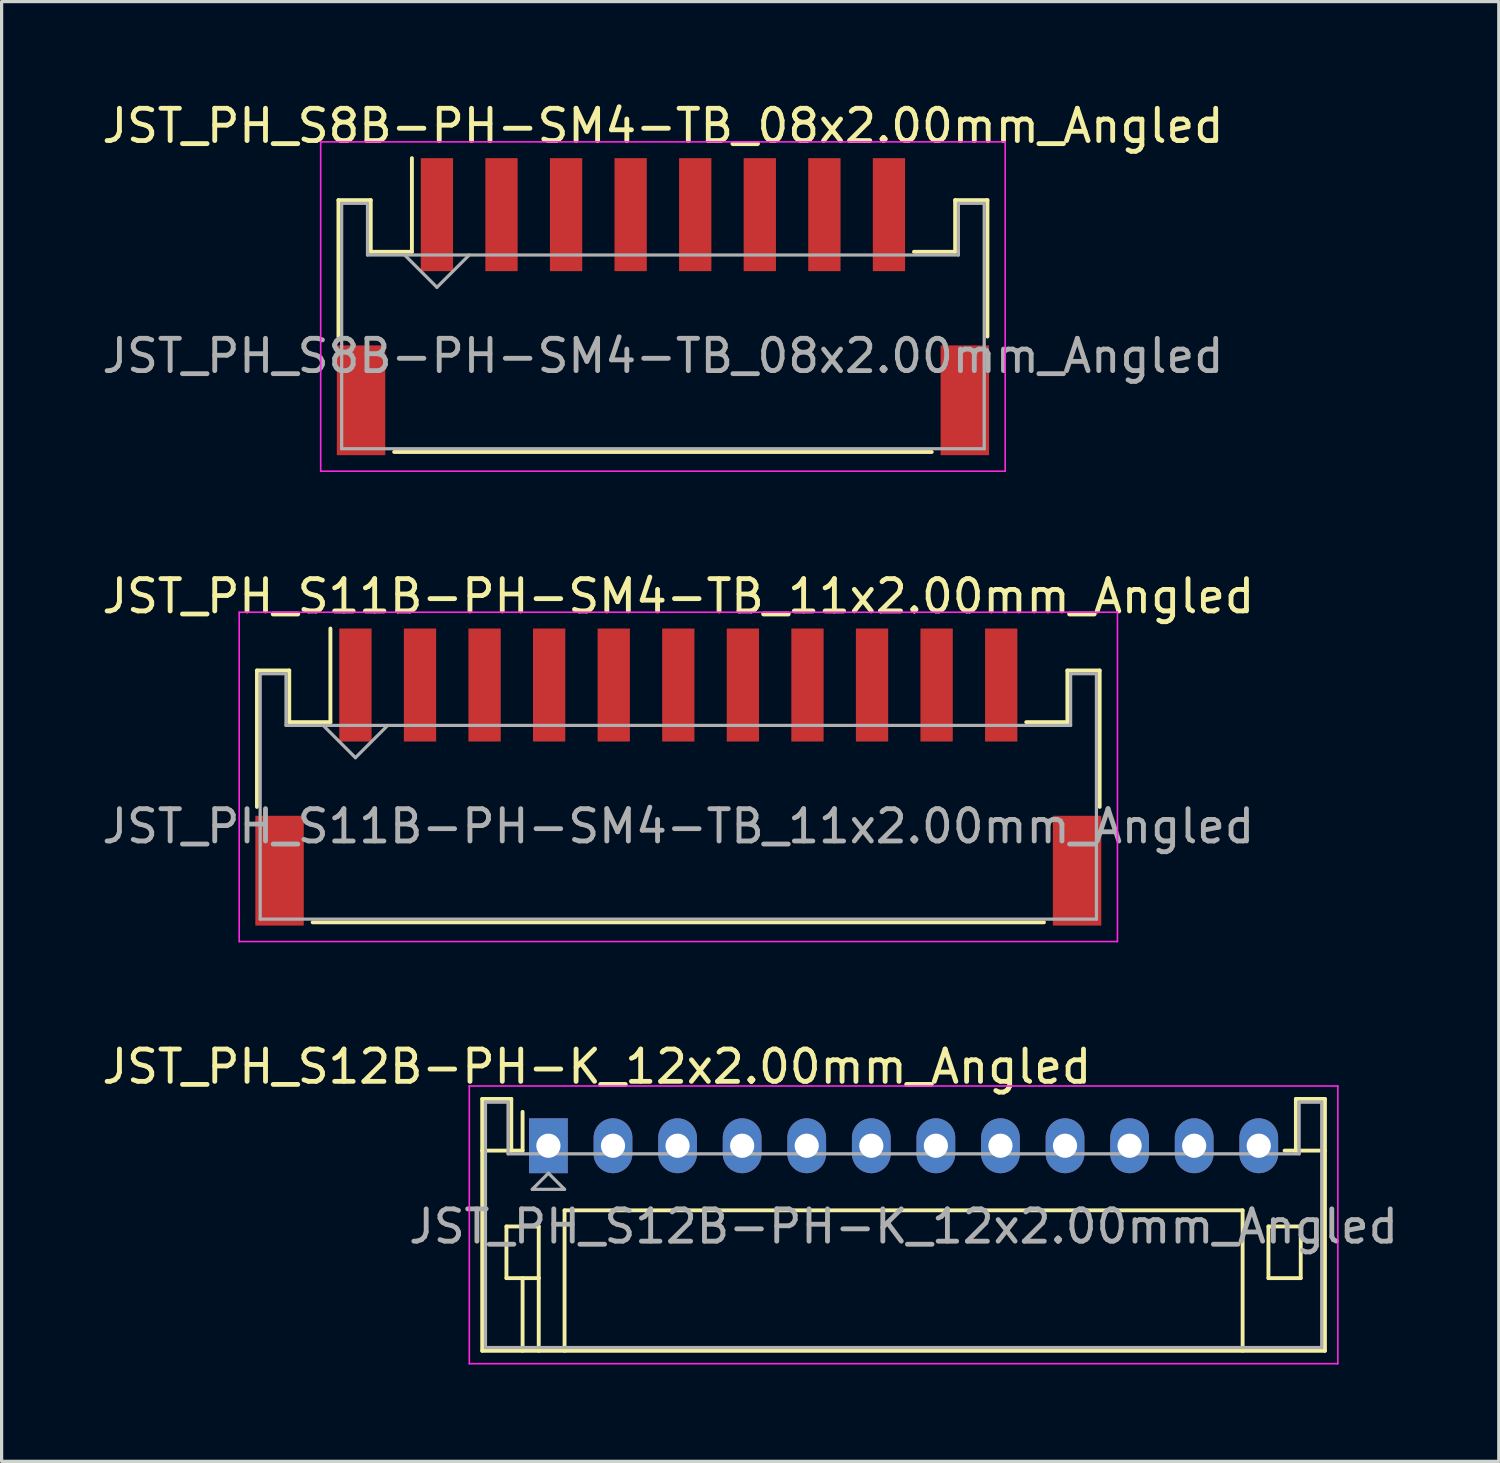
<source format=kicad_pcb>
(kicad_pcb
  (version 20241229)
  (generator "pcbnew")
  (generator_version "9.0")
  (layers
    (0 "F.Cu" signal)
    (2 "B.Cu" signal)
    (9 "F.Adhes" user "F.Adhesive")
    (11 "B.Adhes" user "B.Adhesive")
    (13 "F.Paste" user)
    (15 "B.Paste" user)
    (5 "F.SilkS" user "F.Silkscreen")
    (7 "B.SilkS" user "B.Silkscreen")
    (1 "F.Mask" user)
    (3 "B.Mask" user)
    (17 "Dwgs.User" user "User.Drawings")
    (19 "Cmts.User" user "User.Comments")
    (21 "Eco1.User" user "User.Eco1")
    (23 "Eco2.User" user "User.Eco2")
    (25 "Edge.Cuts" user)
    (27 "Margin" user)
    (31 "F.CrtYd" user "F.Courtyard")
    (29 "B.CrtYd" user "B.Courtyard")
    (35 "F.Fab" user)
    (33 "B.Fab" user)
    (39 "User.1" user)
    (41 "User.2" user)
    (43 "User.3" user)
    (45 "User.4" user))
  (footprint "JST_PH_S12B-PH-K_12x2.00mm_Angled"
    (layer "F.Cu")
    (at 13.935 32.435)
    (property "Reference" "JST_PH_S12B-PH-K_12x2.00mm_Angled" (at 1.5 -2.45 0) (layer "F.SilkS") (effects (font (size 1 1) (thickness 0.15))))
    (attr through_hole)
    (fp_line (start -2.05 -1.45) (end -2.05 6.35) (stroke (width 0.12) (type solid)) (layer "F.SilkS"))
    (fp_line (start -2.05 0.15) (end -1.15 0.15) (stroke (width 0.12) (type solid)) (layer "F.SilkS"))
    (fp_line (start -2.05 6.35) (end 24.05 6.35) (stroke (width 0.12) (type solid)) (layer "F.SilkS"))
    (fp_line (start -1.3 2.5) (end -1.3 4.1) (stroke (width 0.12) (type solid)) (layer "F.SilkS"))
    (fp_line (start -1.3 4.1) (end -0.3 4.1) (stroke (width 0.12) (type solid)) (layer "F.SilkS"))
    (fp_line (start -1.15 -1.45) (end -2.05 -1.45) (stroke (width 0.12) (type solid)) (layer "F.SilkS"))
    (fp_line (start -1.15 0.15) (end -1.15 -1.45) (stroke (width 0.12) (type solid)) (layer "F.SilkS"))
    (fp_line (start -0.8 0.15) (end -1.15 0.15) (stroke (width 0.12) (type solid)) (layer "F.SilkS"))
    (fp_line (start -0.8 0.15) (end -0.8 -1.05) (stroke (width 0.12) (type solid)) (layer "F.SilkS"))
    (fp_line (start -0.8 4.1) (end -0.8 6.35) (stroke (width 0.12) (type solid)) (layer "F.SilkS"))
    (fp_line (start -0.3 2.5) (end -1.3 2.5) (stroke (width 0.12) (type solid)) (layer "F.SilkS"))
    (fp_line (start -0.3 4.1) (end -0.3 2.5) (stroke (width 0.12) (type solid)) (layer "F.SilkS"))
    (fp_line (start -0.3 4.1) (end -0.3 6.35) (stroke (width 0.12) (type solid)) (layer "F.SilkS"))
    (fp_line (start 0.5 2) (end 21.5 2) (stroke (width 0.12) (type solid)) (layer "F.SilkS"))
    (fp_line (start 0.5 6.35) (end 0.5 2) (stroke (width 0.12) (type solid)) (layer "F.SilkS"))
    (fp_line (start 21.5 2) (end 21.5 6.35) (stroke (width 0.12) (type solid)) (layer "F.SilkS"))
    (fp_line (start 22.3 2.5) (end 23.3 2.5) (stroke (width 0.12) (type solid)) (layer "F.SilkS"))
    (fp_line (start 22.3 4.1) (end 22.3 2.5) (stroke (width 0.12) (type solid)) (layer "F.SilkS"))
    (fp_line (start 23.15 -1.45) (end 23.15 0.15) (stroke (width 0.12) (type solid)) (layer "F.SilkS"))
    (fp_line (start 23.15 0.15) (end 22.8 0.15) (stroke (width 0.12) (type solid)) (layer "F.SilkS"))
    (fp_line (start 23.3 2.5) (end 23.3 4.1) (stroke (width 0.12) (type solid)) (layer "F.SilkS"))
    (fp_line (start 23.3 4.1) (end 22.3 4.1) (stroke (width 0.12) (type solid)) (layer "F.SilkS"))
    (fp_line (start 24.05 -1.45) (end 23.15 -1.45) (stroke (width 0.12) (type solid)) (layer "F.SilkS"))
    (fp_line (start 24.05 0.15) (end 23.15 0.15) (stroke (width 0.12) (type solid)) (layer "F.SilkS"))
    (fp_line (start 24.05 6.35) (end 24.05 -1.45) (stroke (width 0.12) (type solid)) (layer "F.SilkS"))
    (fp_line (start -2.45 -1.85) (end -2.45 6.75) (stroke (width 0.05) (type solid)) (layer "F.CrtYd"))
    (fp_line (start -2.45 6.75) (end 24.45 6.75) (stroke (width 0.05) (type solid)) (layer "F.CrtYd"))
    (fp_line (start 24.45 -1.85) (end -2.45 -1.85) (stroke (width 0.05) (type solid)) (layer "F.CrtYd"))
    (fp_line (start 24.45 6.75) (end 24.45 -1.85) (stroke (width 0.05) (type solid)) (layer "F.CrtYd"))
    (fp_line (start -1.95 -1.35) (end -1.95 6.25) (stroke (width 0.1) (type solid)) (layer "F.Fab"))
    (fp_line (start -1.95 6.25) (end 23.95 6.25) (stroke (width 0.1) (type solid)) (layer "F.Fab"))
    (fp_line (start -1.25 -1.35) (end -1.95 -1.35) (stroke (width 0.1) (type solid)) (layer "F.Fab"))
    (fp_line (start -1.25 0.25) (end -1.25 -1.35) (stroke (width 0.1) (type solid)) (layer "F.Fab"))
    (fp_line (start -0.5 1.35) (end 0.5 1.35) (stroke (width 0.1) (type solid)) (layer "F.Fab"))
    (fp_line (start 0 0.85) (end -0.5 1.35) (stroke (width 0.1) (type solid)) (layer "F.Fab"))
    (fp_line (start 0.5 1.35) (end 0 0.85) (stroke (width 0.1) (type solid)) (layer "F.Fab"))
    (fp_line (start 23.25 -1.35) (end 23.25 0.25) (stroke (width 0.1) (type solid)) (layer "F.Fab"))
    (fp_line (start 23.25 0.25) (end -1.25 0.25) (stroke (width 0.1) (type solid)) (layer "F.Fab"))
    (fp_line (start 23.95 -1.35) (end 23.25 -1.35) (stroke (width 0.1) (type solid)) (layer "F.Fab"))
    (fp_line (start 23.95 6.25) (end 23.95 -1.35) (stroke (width 0.1) (type solid)) (layer "F.Fab"))
    (fp_text user "${REFERENCE}" (at 11 2.5 0) (layer "F.Fab") (effects (font (size 1 1) (thickness 0.15))))
    (pad "1" thru_hole rect (at 0 0) (size 1.2 1.7) (drill 0.75) (layers "*.Cu" "*.Mask"))
    (pad "2" thru_hole oval (at 2 0) (size 1.2 1.7) (drill 0.75) (layers "*.Cu" "*.Mask"))
    (pad "3" thru_hole oval (at 4 0) (size 1.2 1.7) (drill 0.75) (layers "*.Cu" "*.Mask"))
    (pad "4" thru_hole oval (at 6 0) (size 1.2 1.7) (drill 0.75) (layers "*.Cu" "*.Mask"))
    (pad "5" thru_hole oval (at 8 0) (size 1.2 1.7) (drill 0.75) (layers "*.Cu" "*.Mask"))
    (pad "6" thru_hole oval (at 10 0) (size 1.2 1.7) (drill 0.75) (layers "*.Cu" "*.Mask"))
    (pad "7" thru_hole oval (at 12 0) (size 1.2 1.7) (drill 0.75) (layers "*.Cu" "*.Mask"))
    (pad "8" thru_hole oval (at 14 0) (size 1.2 1.7) (drill 0.75) (layers "*.Cu" "*.Mask"))
    (pad "9" thru_hole oval (at 16 0) (size 1.2 1.7) (drill 0.75) (layers "*.Cu" "*.Mask"))
    (pad "10" thru_hole oval (at 18 0) (size 1.2 1.7) (drill 0.75) (layers "*.Cu" "*.Mask"))
    (pad "11" thru_hole oval (at 20 0) (size 1.2 1.7) (drill 0.75) (layers "*.Cu" "*.Mask"))
    (pad "12" thru_hole oval (at 22 0) (size 1.2 1.7) (drill 0.75) (layers "*.Cu" "*.Mask")))
  (footprint "JST_PH_S8B-PH-SM4-TB_08x2.00mm_Angled"
    (layer "F.Cu")
    (at 17.482 6.473)
    (property "Reference" "JST_PH_S8B-PH-SM4-TB_08x2.00mm_Angled" (at 0 -5.625 0) (layer "F.SilkS") (effects (font (size 1 1) (thickness 0.15))))
    (attr smd)
    (fp_line (start -10.05 -3.325) (end -10.05 0.9) (stroke (width 0.12) (type solid)) (layer "F.SilkS"))
    (fp_line (start -9.05 -3.325) (end -10.05 -3.325) (stroke (width 0.12) (type solid)) (layer "F.SilkS"))
    (fp_line (start -9.05 -1.725) (end -9.05 -3.325) (stroke (width 0.12) (type solid)) (layer "F.SilkS"))
    (fp_line (start -8.325 4.475) (end 8.325 4.475) (stroke (width 0.12) (type solid)) (layer "F.SilkS"))
    (fp_line (start -7.775 -1.725) (end -9.05 -1.725) (stroke (width 0.12) (type solid)) (layer "F.SilkS"))
    (fp_line (start -7.775 -1.725) (end -7.775 -4.625) (stroke (width 0.12) (type solid)) (layer "F.SilkS"))
    (fp_line (start 9.05 -3.325) (end 9.05 -1.725) (stroke (width 0.12) (type solid)) (layer "F.SilkS"))
    (fp_line (start 9.05 -1.725) (end 7.775 -1.725) (stroke (width 0.12) (type solid)) (layer "F.SilkS"))
    (fp_line (start 10.05 -3.325) (end 9.05 -3.325) (stroke (width 0.12) (type solid)) (layer "F.SilkS"))
    (fp_line (start 10.05 0.9) (end 10.05 -3.325) (stroke (width 0.12) (type solid)) (layer "F.SilkS"))
    (fp_line (start -10.6 -5.13) (end -10.6 5.07) (stroke (width 0.05) (type solid)) (layer "F.CrtYd"))
    (fp_line (start -10.6 5.07) (end 10.6 5.07) (stroke (width 0.05) (type solid)) (layer "F.CrtYd"))
    (fp_line (start 10.6 -5.13) (end -10.6 -5.13) (stroke (width 0.05) (type solid)) (layer "F.CrtYd"))
    (fp_line (start 10.6 5.07) (end 10.6 -5.13) (stroke (width 0.05) (type solid)) (layer "F.CrtYd"))
    (fp_line (start -9.95 -3.225) (end -9.95 4.375) (stroke (width 0.1) (type solid)) (layer "F.Fab"))
    (fp_line (start -9.95 4.375) (end 9.95 4.375) (stroke (width 0.1) (type solid)) (layer "F.Fab"))
    (fp_line (start -9.15 -3.225) (end -9.95 -3.225) (stroke (width 0.1) (type solid)) (layer "F.Fab"))
    (fp_line (start -9.15 -1.625) (end -9.15 -3.225) (stroke (width 0.1) (type solid)) (layer "F.Fab"))
    (fp_line (start -8 -1.625) (end -7 -0.625) (stroke (width 0.1) (type solid)) (layer "F.Fab"))
    (fp_line (start -7 -0.625) (end -6 -1.625) (stroke (width 0.1) (type solid)) (layer "F.Fab"))
    (fp_line (start 9.15 -3.225) (end 9.15 -1.625) (stroke (width 0.1) (type solid)) (layer "F.Fab"))
    (fp_line (start 9.15 -1.625) (end -9.15 -1.625) (stroke (width 0.1) (type solid)) (layer "F.Fab"))
    (fp_line (start 9.95 -3.225) (end 9.15 -3.225) (stroke (width 0.1) (type solid)) (layer "F.Fab"))
    (fp_line (start 9.95 4.375) (end 9.95 -3.225) (stroke (width 0.1) (type solid)) (layer "F.Fab"))
    (fp_text user "${REFERENCE}" (at 0 1.5 0) (layer "F.Fab") (effects (font (size 1 1) (thickness 0.15))))
    (pad "" smd rect (at -9.35 2.875) (size 1.5 3.4) (layers "F.Cu" "F.Mask" "F.Paste"))
    (pad "" smd rect (at 9.35 2.875) (size 1.5 3.4) (layers "F.Cu" "F.Mask" "F.Paste"))
    (pad "1" smd rect (at -7 -2.875) (size 1 3.5) (layers "F.Cu" "F.Mask" "F.Paste"))
    (pad "2" smd rect (at -5 -2.875) (size 1 3.5) (layers "F.Cu" "F.Mask" "F.Paste"))
    (pad "3" smd rect (at -3 -2.875) (size 1 3.5) (layers "F.Cu" "F.Mask" "F.Paste"))
    (pad "4" smd rect (at -1 -2.875) (size 1 3.5) (layers "F.Cu" "F.Mask" "F.Paste"))
    (pad "5" smd rect (at 1 -2.875) (size 1 3.5) (layers "F.Cu" "F.Mask" "F.Paste"))
    (pad "6" smd rect (at 3 -2.875) (size 1 3.5) (layers "F.Cu" "F.Mask" "F.Paste"))
    (pad "7" smd rect (at 5 -2.875) (size 1 3.5) (layers "F.Cu" "F.Mask" "F.Paste"))
    (pad "8" smd rect (at 7 -2.875) (size 1 3.5) (layers "F.Cu" "F.Mask" "F.Paste")))
  (footprint "JST_PH_S11B-PH-SM4-TB_11x2.00mm_Angled"
    (layer "F.Cu")
    (at 17.958 21.041)
    (property "Reference" "JST_PH_S11B-PH-SM4-TB_11x2.00mm_Angled" (at 0 -5.625 0) (layer "F.SilkS") (effects (font (size 1 1) (thickness 0.15))))
    (attr smd)
    (fp_line (start -13.05 -3.325) (end -13.05 0.9) (stroke (width 0.12) (type solid)) (layer "F.SilkS"))
    (fp_line (start -12.05 -3.325) (end -13.05 -3.325) (stroke (width 0.12) (type solid)) (layer "F.SilkS"))
    (fp_line (start -12.05 -1.725) (end -12.05 -3.325) (stroke (width 0.12) (type solid)) (layer "F.SilkS"))
    (fp_line (start -11.325 4.475) (end 11.325 4.475) (stroke (width 0.12) (type solid)) (layer "F.SilkS"))
    (fp_line (start -10.775 -1.725) (end -12.05 -1.725) (stroke (width 0.12) (type solid)) (layer "F.SilkS"))
    (fp_line (start -10.775 -1.725) (end -10.775 -4.625) (stroke (width 0.12) (type solid)) (layer "F.SilkS"))
    (fp_line (start 12.05 -3.325) (end 12.05 -1.725) (stroke (width 0.12) (type solid)) (layer "F.SilkS"))
    (fp_line (start 12.05 -1.725) (end 10.775 -1.725) (stroke (width 0.12) (type solid)) (layer "F.SilkS"))
    (fp_line (start 13.05 -3.325) (end 12.05 -3.325) (stroke (width 0.12) (type solid)) (layer "F.SilkS"))
    (fp_line (start 13.05 0.9) (end 13.05 -3.325) (stroke (width 0.12) (type solid)) (layer "F.SilkS"))
    (fp_line (start -13.6 -5.13) (end -13.6 5.07) (stroke (width 0.05) (type solid)) (layer "F.CrtYd"))
    (fp_line (start -13.6 5.07) (end 13.6 5.07) (stroke (width 0.05) (type solid)) (layer "F.CrtYd"))
    (fp_line (start 13.6 -5.13) (end -13.6 -5.13) (stroke (width 0.05) (type solid)) (layer "F.CrtYd"))
    (fp_line (start 13.6 5.07) (end 13.6 -5.13) (stroke (width 0.05) (type solid)) (layer "F.CrtYd"))
    (fp_line (start -12.95 -3.225) (end -12.95 4.375) (stroke (width 0.1) (type solid)) (layer "F.Fab"))
    (fp_line (start -12.95 4.375) (end 12.95 4.375) (stroke (width 0.1) (type solid)) (layer "F.Fab"))
    (fp_line (start -12.15 -3.225) (end -12.95 -3.225) (stroke (width 0.1) (type solid)) (layer "F.Fab"))
    (fp_line (start -12.15 -1.625) (end -12.15 -3.225) (stroke (width 0.1) (type solid)) (layer "F.Fab"))
    (fp_line (start -11 -1.625) (end -10 -0.625) (stroke (width 0.1) (type solid)) (layer "F.Fab"))
    (fp_line (start -10 -0.625) (end -9 -1.625) (stroke (width 0.1) (type solid)) (layer "F.Fab"))
    (fp_line (start 12.15 -3.225) (end 12.15 -1.625) (stroke (width 0.1) (type solid)) (layer "F.Fab"))
    (fp_line (start 12.15 -1.625) (end -12.15 -1.625) (stroke (width 0.1) (type solid)) (layer "F.Fab"))
    (fp_line (start 12.95 -3.225) (end 12.15 -3.225) (stroke (width 0.1) (type solid)) (layer "F.Fab"))
    (fp_line (start 12.95 4.375) (end 12.95 -3.225) (stroke (width 0.1) (type solid)) (layer "F.Fab"))
    (fp_text user "${REFERENCE}" (at 0 1.5 0) (layer "F.Fab") (effects (font (size 1 1) (thickness 0.15))))
    (pad "" smd rect (at -12.35 2.875) (size 1.5 3.4) (layers "F.Cu" "F.Mask" "F.Paste"))
    (pad "" smd rect (at 12.35 2.875) (size 1.5 3.4) (layers "F.Cu" "F.Mask" "F.Paste"))
    (pad "1" smd rect (at -10 -2.875) (size 1 3.5) (layers "F.Cu" "F.Mask" "F.Paste"))
    (pad "2" smd rect (at -8 -2.875) (size 1 3.5) (layers "F.Cu" "F.Mask" "F.Paste"))
    (pad "3" smd rect (at -6 -2.875) (size 1 3.5) (layers "F.Cu" "F.Mask" "F.Paste"))
    (pad "4" smd rect (at -4 -2.875) (size 1 3.5) (layers "F.Cu" "F.Mask" "F.Paste"))
    (pad "5" smd rect (at -2 -2.875) (size 1 3.5) (layers "F.Cu" "F.Mask" "F.Paste"))
    (pad "6" smd rect (at 0 -2.875) (size 1 3.5) (layers "F.Cu" "F.Mask" "F.Paste"))
    (pad "7" smd rect (at 2 -2.875) (size 1 3.5) (layers "F.Cu" "F.Mask" "F.Paste"))
    (pad "8" smd rect (at 4 -2.875) (size 1 3.5) (layers "F.Cu" "F.Mask" "F.Paste"))
    (pad "9" smd rect (at 6 -2.875) (size 1 3.5) (layers "F.Cu" "F.Mask" "F.Paste"))
    (pad "10" smd rect (at 8 -2.875) (size 1 3.5) (layers "F.Cu" "F.Mask" "F.Paste"))
    (pad "11" smd rect (at 10 -2.875) (size 1 3.5) (layers "F.Cu" "F.Mask" "F.Paste")))
  (gr_rect
    (start -3 -3)
    (end 43.369 42.21)
    (stroke (width 0.1) (type default))
    (fill no)
    (layer "Edge.Cuts")))
</source>
